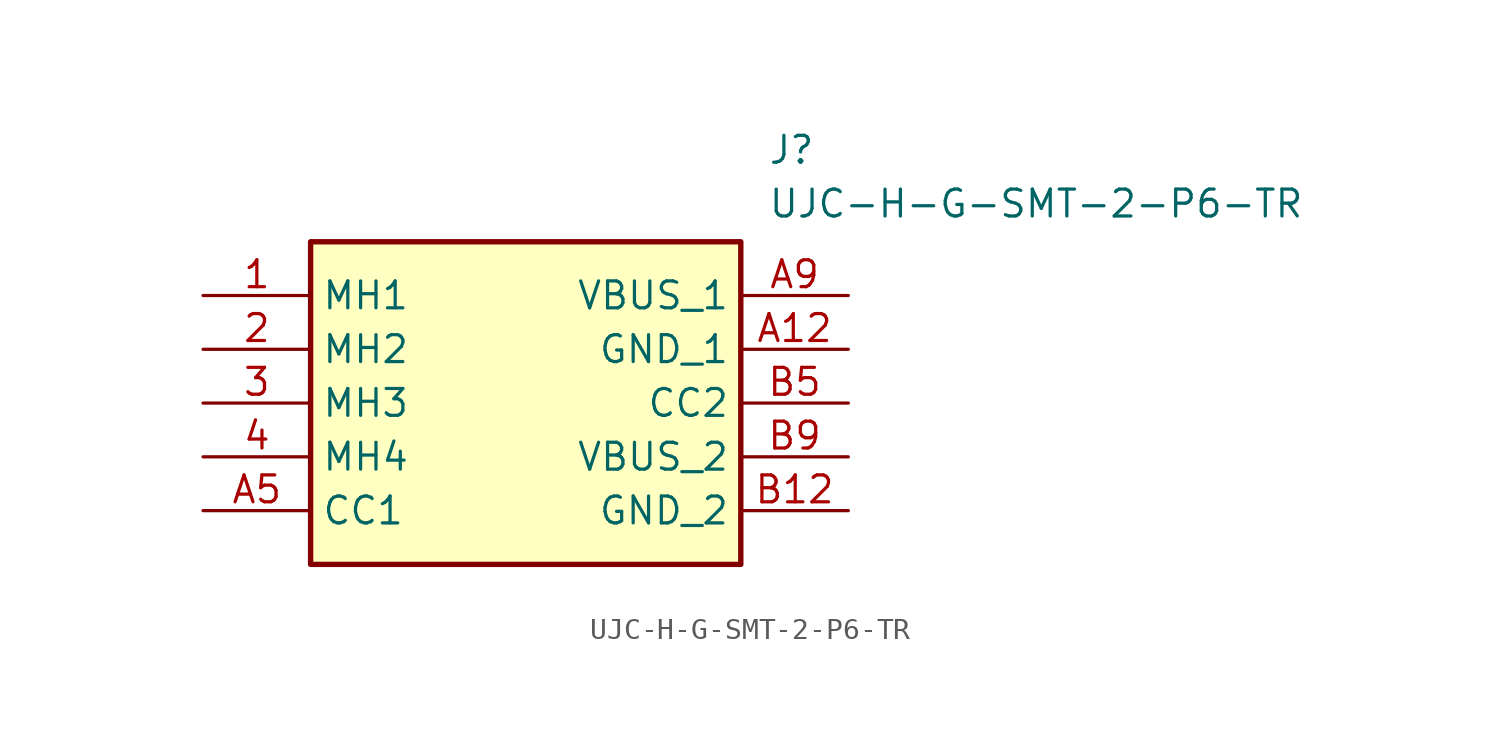
<source format=kicad_sym>
(kicad_symbol_lib
  (version 20211014)
  (generator SamacSys_ECAD_Model)
  (symbol "UJC-H-G-SMT-2-P6-TR"
    (property "Reference" "J"
      (at 26.67 7.62 0)
      (effects (font (size 1.27 1.27)) (justify left top)))
    (property "Value" "UJC-H-G-SMT-2-P6-TR"
      (at 26.67 5.08 0)
      (effects (font (size 1.27 1.27)) (justify left top)))
    (rectangle
      (start 5.08 2.54)
      (end 25.4 -12.7)
      (stroke (width 0.254) (type default))
      (fill (type background)))
    (pin passive line
      (at 0 0 0)
      (length 5.08)
      (name "MH1" (effects (font (size 1.27 1.27))))
      (number "1" (effects (font (size 1.27 1.27)))))
    (pin passive line
      (at 0 -2.54 0)
      (length 5.08)
      (name "MH2" (effects (font (size 1.27 1.27))))
      (number "2" (effects (font (size 1.27 1.27)))))
    (pin passive line
      (at 0 -5.08 0)
      (length 5.08)
      (name "MH3" (effects (font (size 1.27 1.27))))
      (number "3" (effects (font (size 1.27 1.27)))))
    (pin passive line
      (at 0 -7.62 0)
      (length 5.08)
      (name "MH4" (effects (font (size 1.27 1.27))))
      (number "4" (effects (font (size 1.27 1.27)))))
    (pin passive line
      (at 0 -10.16 0)
      (length 5.08)
      (name "CC1" (effects (font (size 1.27 1.27))))
      (number "A5" (effects (font (size 1.27 1.27)))))
    (pin passive line
      (at 30.48 0 180)
      (length 5.08)
      (name "VBUS_1" (effects (font (size 1.27 1.27))))
      (number "A9" (effects (font (size 1.27 1.27)))))
    (pin passive line
      (at 30.48 -2.54 180)
      (length 5.08)
      (name "GND_1" (effects (font (size 1.27 1.27))))
      (number "A12" (effects (font (size 1.27 1.27)))))
    (pin passive line
      (at 30.48 -5.08 180)
      (length 5.08)
      (name "CC2" (effects (font (size 1.27 1.27))))
      (number "B5" (effects (font (size 1.27 1.27)))))
    (pin passive line
      (at 30.48 -7.62 180)
      (length 5.08)
      (name "VBUS_2" (effects (font (size 1.27 1.27))))
      (number "B9" (effects (font (size 1.27 1.27)))))
    (pin passive line
      (at 30.48 -10.16 180)
      (length 5.08)
      (name "GND_2" (effects (font (size 1.27 1.27))))
      (number "B12" (effects (font (size 1.27 1.27)))))))
</source>
